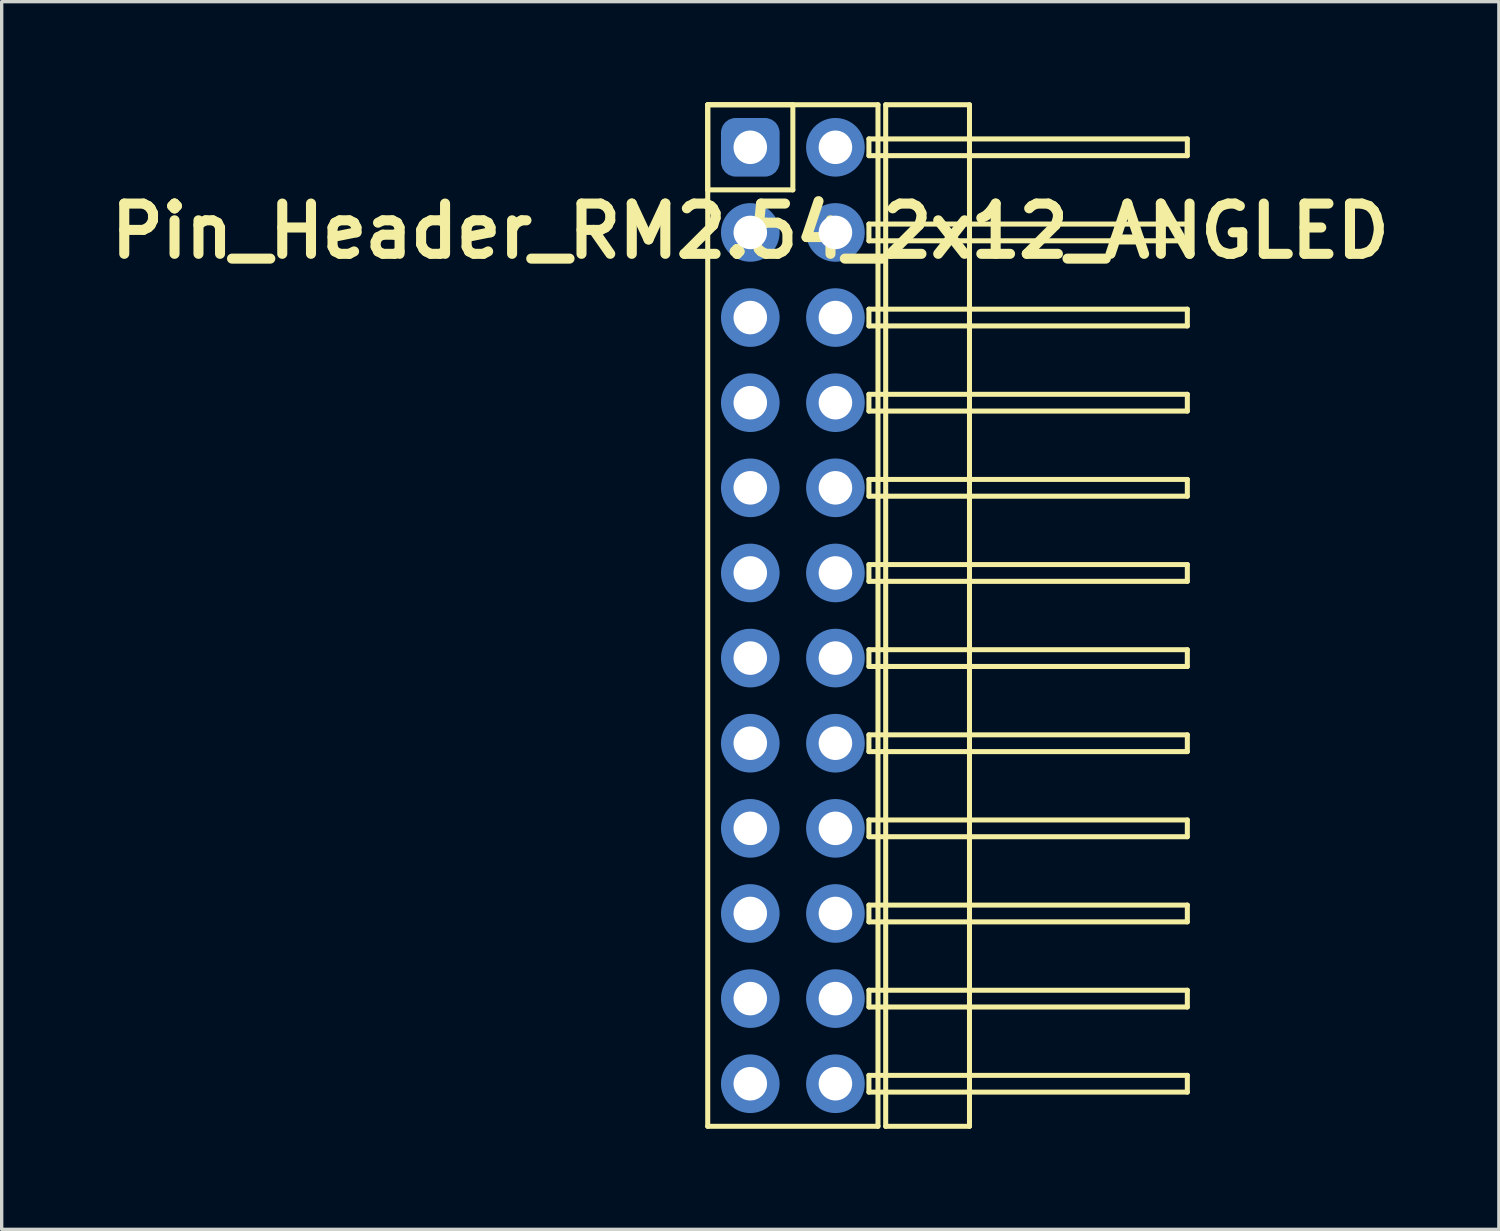
<source format=kicad_pcb>
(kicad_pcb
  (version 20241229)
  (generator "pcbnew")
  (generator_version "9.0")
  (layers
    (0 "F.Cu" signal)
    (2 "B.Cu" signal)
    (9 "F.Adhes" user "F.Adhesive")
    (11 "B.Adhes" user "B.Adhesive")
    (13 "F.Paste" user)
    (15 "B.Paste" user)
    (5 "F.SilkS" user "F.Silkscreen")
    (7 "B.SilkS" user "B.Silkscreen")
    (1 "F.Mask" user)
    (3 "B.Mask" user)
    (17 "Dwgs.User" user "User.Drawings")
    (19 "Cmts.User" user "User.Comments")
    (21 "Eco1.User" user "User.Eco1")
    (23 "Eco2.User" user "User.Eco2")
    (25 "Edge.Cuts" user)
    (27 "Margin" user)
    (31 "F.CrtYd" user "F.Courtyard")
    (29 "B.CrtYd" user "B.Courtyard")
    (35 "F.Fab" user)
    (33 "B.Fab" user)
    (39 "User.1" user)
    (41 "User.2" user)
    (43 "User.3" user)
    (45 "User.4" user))
  (footprint "Pin_Header_RM2.54_2x12_ANGLED"
    (layer "F.Cu")
    (at 19.336 1.345)
    (property "Reference" "Pin_Header_RM2.54_2x12_ANGLED" (at 0 2.5 0) (layer "F.SilkS") (effects (font (size 1.5 1.5) (thickness 0.3))))
    (attr through_hole)
    (fp_line (start -1.27 -1.27) (end 1.27 -1.27) (stroke (width 0.15) (type solid)) (layer "F.SilkS"))
    (fp_line (start -1.27 -1.27) (end 3.81 -1.27) (stroke (width 0.15) (type solid)) (layer "F.SilkS"))
    (fp_line (start -1.27 1.27) (end -1.27 -1.27) (stroke (width 0.15) (type solid)) (layer "F.SilkS"))
    (fp_line (start -1.27 29.21) (end -1.27 -1.27) (stroke (width 0.15) (type solid)) (layer "F.SilkS"))
    (fp_line (start 1.27 -1.27) (end 1.27 1.27) (stroke (width 0.15) (type solid)) (layer "F.SilkS"))
    (fp_line (start 1.27 1.27) (end -1.27 1.27) (stroke (width 0.15) (type solid)) (layer "F.SilkS"))
    (fp_line (start 3.54 -0.25) (end 13.04 -0.25) (stroke (width 0.15) (type solid)) (layer "F.SilkS"))
    (fp_line (start 3.54 0.25) (end 3.54 -0.25) (stroke (width 0.15) (type solid)) (layer "F.SilkS"))
    (fp_line (start 3.54 2.29) (end 13.04 2.29) (stroke (width 0.15) (type solid)) (layer "F.SilkS"))
    (fp_line (start 3.54 2.79) (end 3.54 2.29) (stroke (width 0.15) (type solid)) (layer "F.SilkS"))
    (fp_line (start 3.54 4.83) (end 13.04 4.83) (stroke (width 0.15) (type solid)) (layer "F.SilkS"))
    (fp_line (start 3.54 5.33) (end 3.54 4.83) (stroke (width 0.15) (type solid)) (layer "F.SilkS"))
    (fp_line (start 3.54 7.37) (end 13.04 7.37) (stroke (width 0.15) (type solid)) (layer "F.SilkS"))
    (fp_line (start 3.54 7.87) (end 3.54 7.37) (stroke (width 0.15) (type solid)) (layer "F.SilkS"))
    (fp_line (start 3.54 9.91) (end 13.04 9.91) (stroke (width 0.15) (type solid)) (layer "F.SilkS"))
    (fp_line (start 3.54 10.41) (end 3.54 9.91) (stroke (width 0.15) (type solid)) (layer "F.SilkS"))
    (fp_line (start 3.54 12.45) (end 13.04 12.45) (stroke (width 0.15) (type solid)) (layer "F.SilkS"))
    (fp_line (start 3.54 12.95) (end 3.54 12.45) (stroke (width 0.15) (type solid)) (layer "F.SilkS"))
    (fp_line (start 3.54 14.99) (end 13.04 14.99) (stroke (width 0.15) (type solid)) (layer "F.SilkS"))
    (fp_line (start 3.54 15.49) (end 3.54 14.99) (stroke (width 0.15) (type solid)) (layer "F.SilkS"))
    (fp_line (start 3.54 17.53) (end 13.04 17.53) (stroke (width 0.15) (type solid)) (layer "F.SilkS"))
    (fp_line (start 3.54 18.03) (end 3.54 17.53) (stroke (width 0.15) (type solid)) (layer "F.SilkS"))
    (fp_line (start 3.54 20.07) (end 13.04 20.07) (stroke (width 0.15) (type solid)) (layer "F.SilkS"))
    (fp_line (start 3.54 20.57) (end 3.54 20.07) (stroke (width 0.15) (type solid)) (layer "F.SilkS"))
    (fp_line (start 3.54 22.61) (end 13.04 22.61) (stroke (width 0.15) (type solid)) (layer "F.SilkS"))
    (fp_line (start 3.54 23.11) (end 3.54 22.61) (stroke (width 0.15) (type solid)) (layer "F.SilkS"))
    (fp_line (start 3.54 25.15) (end 13.04 25.15) (stroke (width 0.15) (type solid)) (layer "F.SilkS"))
    (fp_line (start 3.54 25.65) (end 3.54 25.15) (stroke (width 0.15) (type solid)) (layer "F.SilkS"))
    (fp_line (start 3.54 27.69) (end 13.04 27.69) (stroke (width 0.15) (type solid)) (layer "F.SilkS"))
    (fp_line (start 3.54 28.19) (end 3.54 27.69) (stroke (width 0.15) (type solid)) (layer "F.SilkS"))
    (fp_line (start 3.81 -1.27) (end 3.81 29.21) (stroke (width 0.15) (type solid)) (layer "F.SilkS"))
    (fp_line (start 3.81 29.21) (end -1.27 29.21) (stroke (width 0.15) (type solid)) (layer "F.SilkS"))
    (fp_line (start 4.04 -1.27) (end 6.54 -1.27) (stroke (width 0.15) (type solid)) (layer "F.SilkS"))
    (fp_line (start 4.04 29.21) (end 4.04 -1.27) (stroke (width 0.15) (type solid)) (layer "F.SilkS"))
    (fp_line (start 6.54 -1.27) (end 6.54 29.21) (stroke (width 0.15) (type solid)) (layer "F.SilkS"))
    (fp_line (start 6.54 29.21) (end 4.04 29.21) (stroke (width 0.15) (type solid)) (layer "F.SilkS"))
    (fp_line (start 13.04 -0.25) (end 13.04 0.25) (stroke (width 0.15) (type solid)) (layer "F.SilkS"))
    (fp_line (start 13.04 0.25) (end 3.54 0.25) (stroke (width 0.15) (type solid)) (layer "F.SilkS"))
    (fp_line (start 13.04 2.29) (end 13.04 2.79) (stroke (width 0.15) (type solid)) (layer "F.SilkS"))
    (fp_line (start 13.04 2.79) (end 3.54 2.79) (stroke (width 0.15) (type solid)) (layer "F.SilkS"))
    (fp_line (start 13.04 4.83) (end 13.04 5.33) (stroke (width 0.15) (type solid)) (layer "F.SilkS"))
    (fp_line (start 13.04 5.33) (end 3.54 5.33) (stroke (width 0.15) (type solid)) (layer "F.SilkS"))
    (fp_line (start 13.04 7.37) (end 13.04 7.87) (stroke (width 0.15) (type solid)) (layer "F.SilkS"))
    (fp_line (start 13.04 7.87) (end 3.54 7.87) (stroke (width 0.15) (type solid)) (layer "F.SilkS"))
    (fp_line (start 13.04 9.91) (end 13.04 10.41) (stroke (width 0.15) (type solid)) (layer "F.SilkS"))
    (fp_line (start 13.04 10.41) (end 3.54 10.41) (stroke (width 0.15) (type solid)) (layer "F.SilkS"))
    (fp_line (start 13.04 12.45) (end 13.04 12.95) (stroke (width 0.15) (type solid)) (layer "F.SilkS"))
    (fp_line (start 13.04 12.95) (end 3.54 12.95) (stroke (width 0.15) (type solid)) (layer "F.SilkS"))
    (fp_line (start 13.04 14.99) (end 13.04 15.49) (stroke (width 0.15) (type solid)) (layer "F.SilkS"))
    (fp_line (start 13.04 15.49) (end 3.54 15.49) (stroke (width 0.15) (type solid)) (layer "F.SilkS"))
    (fp_line (start 13.04 17.53) (end 13.04 18.03) (stroke (width 0.15) (type solid)) (layer "F.SilkS"))
    (fp_line (start 13.04 18.03) (end 3.54 18.03) (stroke (width 0.15) (type solid)) (layer "F.SilkS"))
    (fp_line (start 13.04 20.07) (end 13.04 20.57) (stroke (width 0.15) (type solid)) (layer "F.SilkS"))
    (fp_line (start 13.04 20.57) (end 3.54 20.57) (stroke (width 0.15) (type solid)) (layer "F.SilkS"))
    (fp_line (start 13.04 22.61) (end 13.04 23.11) (stroke (width 0.15) (type solid)) (layer "F.SilkS"))
    (fp_line (start 13.04 23.11) (end 3.54 23.11) (stroke (width 0.15) (type solid)) (layer "F.SilkS"))
    (fp_line (start 13.04 25.15) (end 13.04 25.65) (stroke (width 0.15) (type solid)) (layer "F.SilkS"))
    (fp_line (start 13.04 25.65) (end 3.54 25.65) (stroke (width 0.15) (type solid)) (layer "F.SilkS"))
    (fp_line (start 13.04 27.69) (end 13.04 28.19) (stroke (width 0.15) (type solid)) (layer "F.SilkS"))
    (fp_line (start 13.04 28.19) (end 3.54 28.19) (stroke (width 0.15) (type solid)) (layer "F.SilkS"))
    (pad "1" thru_hole circle (at 0 0) (size 1.3 1.3) (drill 1) (layers "*.Cu" "*.Mask"))
    (pad "1" smd roundrect (at 0 0) (size 1.5 1.5) (layers "F.Cu" "F.Mask") (roundrect_rratio 0.25))
    (pad "1" smd roundrect (at 0 0) (size 1.75 1.75) (layers "B.Cu" "B.Mask") (roundrect_rratio 0.25))
    (pad "2" thru_hole circle (at 2.54 0) (size 1.3 1.3) (drill 1) (layers "*.Cu" "*.Mask"))
    (pad "2" smd circle (at 2.54 0) (size 1.5 1.5) (layers "F.Cu" "F.Mask"))
    (pad "2" smd circle (at 2.54 0) (size 1.75 1.75) (layers "B.Cu" "B.Mask"))
    (pad "3" thru_hole circle (at 0 2.54) (size 1.3 1.3) (drill 1) (layers "*.Cu" "*.Mask"))
    (pad "3" smd circle (at 0 2.54) (size 1.5 1.5) (layers "F.Cu" "F.Mask"))
    (pad "3" smd circle (at 0 2.54) (size 1.75 1.75) (layers "B.Cu" "B.Mask"))
    (pad "4" thru_hole circle (at 2.54 2.54) (size 1.3 1.3) (drill 1) (layers "*.Cu" "*.Mask"))
    (pad "4" smd circle (at 2.54 2.54) (size 1.5 1.5) (layers "F.Cu" "F.Mask"))
    (pad "4" smd circle (at 2.54 2.54) (size 1.75 1.75) (layers "B.Cu" "B.Mask"))
    (pad "5" thru_hole circle (at 0 5.08) (size 1.3 1.3) (drill 1) (layers "*.Cu" "*.Mask"))
    (pad "5" smd circle (at 0 5.08) (size 1.5 1.5) (layers "F.Cu" "F.Mask"))
    (pad "5" smd circle (at 0 5.08) (size 1.75 1.75) (layers "B.Cu" "B.Mask"))
    (pad "6" thru_hole circle (at 2.54 5.08) (size 1.3 1.3) (drill 1) (layers "*.Cu" "*.Mask"))
    (pad "6" smd circle (at 2.54 5.08) (size 1.5 1.5) (layers "F.Cu" "F.Mask"))
    (pad "6" smd circle (at 2.54 5.08) (size 1.75 1.75) (layers "B.Cu" "B.Mask"))
    (pad "7" thru_hole circle (at 0 7.62) (size 1.3 1.3) (drill 1) (layers "*.Cu" "*.Mask"))
    (pad "7" smd circle (at 0 7.62) (size 1.5 1.5) (layers "F.Cu" "F.Mask"))
    (pad "7" smd circle (at 0 7.62) (size 1.75 1.75) (layers "B.Cu" "B.Mask"))
    (pad "8" thru_hole circle (at 2.54 7.62) (size 1.3 1.3) (drill 1) (layers "*.Cu" "*.Mask"))
    (pad "8" smd circle (at 2.54 7.62) (size 1.5 1.5) (layers "F.Cu" "F.Mask"))
    (pad "8" smd circle (at 2.54 7.62) (size 1.75 1.75) (layers "B.Cu" "B.Mask"))
    (pad "9" thru_hole circle (at 0 10.16) (size 1.3 1.3) (drill 1) (layers "*.Cu" "*.Mask"))
    (pad "9" smd circle (at 0 10.16) (size 1.5 1.5) (layers "F.Cu" "F.Mask"))
    (pad "9" smd circle (at 0 10.16) (size 1.75 1.75) (layers "B.Cu" "B.Mask"))
    (pad "10" thru_hole circle (at 2.54 10.16) (size 1.3 1.3) (drill 1) (layers "*.Cu" "*.Mask"))
    (pad "10" smd circle (at 2.54 10.16) (size 1.5 1.5) (layers "F.Cu" "F.Mask"))
    (pad "10" smd circle (at 2.54 10.16) (size 1.75 1.75) (layers "B.Cu" "B.Mask"))
    (pad "11" thru_hole circle (at 0 12.7) (size 1.3 1.3) (drill 1) (layers "*.Cu" "*.Mask"))
    (pad "11" smd circle (at 0 12.7) (size 1.5 1.5) (layers "F.Cu" "F.Mask"))
    (pad "11" smd circle (at 0 12.7) (size 1.75 1.75) (layers "B.Cu" "B.Mask"))
    (pad "12" thru_hole circle (at 2.54 12.7) (size 1.3 1.3) (drill 1) (layers "*.Cu" "*.Mask"))
    (pad "12" smd circle (at 2.54 12.7) (size 1.5 1.5) (layers "F.Cu" "F.Mask"))
    (pad "12" smd circle (at 2.54 12.7) (size 1.75 1.75) (layers "B.Cu" "B.Mask"))
    (pad "13" thru_hole circle (at 0 15.24) (size 1.3 1.3) (drill 1) (layers "*.Cu" "*.Mask"))
    (pad "13" smd circle (at 0 15.24) (size 1.5 1.5) (layers "F.Cu" "F.Mask"))
    (pad "13" smd circle (at 0 15.24) (size 1.75 1.75) (layers "B.Cu" "B.Mask"))
    (pad "14" thru_hole circle (at 2.54 15.24) (size 1.3 1.3) (drill 1) (layers "*.Cu" "*.Mask"))
    (pad "14" smd circle (at 2.54 15.24) (size 1.5 1.5) (layers "F.Cu" "F.Mask"))
    (pad "14" smd circle (at 2.54 15.24) (size 1.75 1.75) (layers "B.Cu" "B.Mask"))
    (pad "15" thru_hole circle (at 0 17.78) (size 1.3 1.3) (drill 1) (layers "*.Cu" "*.Mask"))
    (pad "15" smd circle (at 0 17.78) (size 1.5 1.5) (layers "F.Cu" "F.Mask"))
    (pad "15" smd circle (at 0 17.78) (size 1.75 1.75) (layers "B.Cu" "B.Mask"))
    (pad "16" thru_hole circle (at 2.54 17.78) (size 1.3 1.3) (drill 1) (layers "*.Cu" "*.Mask"))
    (pad "16" smd circle (at 2.54 17.78) (size 1.5 1.5) (layers "F.Cu" "F.Mask"))
    (pad "16" smd circle (at 2.54 17.78) (size 1.75 1.75) (layers "B.Cu" "B.Mask"))
    (pad "17" thru_hole circle (at 0 20.32) (size 1.3 1.3) (drill 1) (layers "*.Cu" "*.Mask"))
    (pad "17" smd circle (at 0 20.32) (size 1.5 1.5) (layers "F.Cu" "F.Mask"))
    (pad "17" smd circle (at 0 20.32) (size 1.75 1.75) (layers "B.Cu" "B.Mask"))
    (pad "18" thru_hole circle (at 2.54 20.32) (size 1.3 1.3) (drill 1) (layers "*.Cu" "*.Mask"))
    (pad "18" smd circle (at 2.54 20.32) (size 1.5 1.5) (layers "F.Cu" "F.Mask"))
    (pad "18" smd circle (at 2.54 20.32) (size 1.75 1.75) (layers "B.Cu" "B.Mask"))
    (pad "19" thru_hole circle (at 0 22.86) (size 1.3 1.3) (drill 1) (layers "*.Cu" "*.Mask"))
    (pad "19" smd circle (at 0 22.86) (size 1.5 1.5) (layers "F.Cu" "F.Mask"))
    (pad "19" smd circle (at 0 22.86) (size 1.75 1.75) (layers "B.Cu" "B.Mask"))
    (pad "20" thru_hole circle (at 2.54 22.86) (size 1.3 1.3) (drill 1) (layers "*.Cu" "*.Mask"))
    (pad "20" smd circle (at 2.54 22.86) (size 1.5 1.5) (layers "F.Cu" "F.Mask"))
    (pad "20" smd circle (at 2.54 22.86) (size 1.75 1.75) (layers "B.Cu" "B.Mask"))
    (pad "21" thru_hole circle (at 0 25.4) (size 1.3 1.3) (drill 1) (layers "*.Cu" "*.Mask"))
    (pad "21" smd circle (at 0 25.4) (size 1.5 1.5) (layers "F.Cu" "F.Mask"))
    (pad "21" smd circle (at 0 25.4) (size 1.75 1.75) (layers "B.Cu" "B.Mask"))
    (pad "22" thru_hole circle (at 2.54 25.4) (size 1.3 1.3) (drill 1) (layers "*.Cu" "*.Mask"))
    (pad "22" smd circle (at 2.54 25.4) (size 1.5 1.5) (layers "F.Cu" "F.Mask"))
    (pad "22" smd circle (at 2.54 25.4) (size 1.75 1.75) (layers "B.Cu" "B.Mask"))
    (pad "23" thru_hole circle (at 0 27.94) (size 1.3 1.3) (drill 1) (layers "*.Cu" "*.Mask"))
    (pad "23" smd circle (at 0 27.94) (size 1.5 1.5) (layers "F.Cu" "F.Mask"))
    (pad "23" smd circle (at 0 27.94) (size 1.75 1.75) (layers "B.Cu" "B.Mask"))
    (pad "24" thru_hole circle (at 2.54 27.94) (size 1.3 1.3) (drill 1) (layers "*.Cu" "*.Mask"))
    (pad "24" smd circle (at 2.54 27.94) (size 1.5 1.5) (layers "F.Cu" "F.Mask"))
    (pad "24" smd circle (at 2.54 27.94) (size 1.75 1.75) (layers "B.Cu" "B.Mask")))
  (gr_rect
    (start -3 -3)
    (end 41.671 33.63)
    (stroke (width 0.1) (type default))
    (fill no)
    (layer "Edge.Cuts")))
</source>
